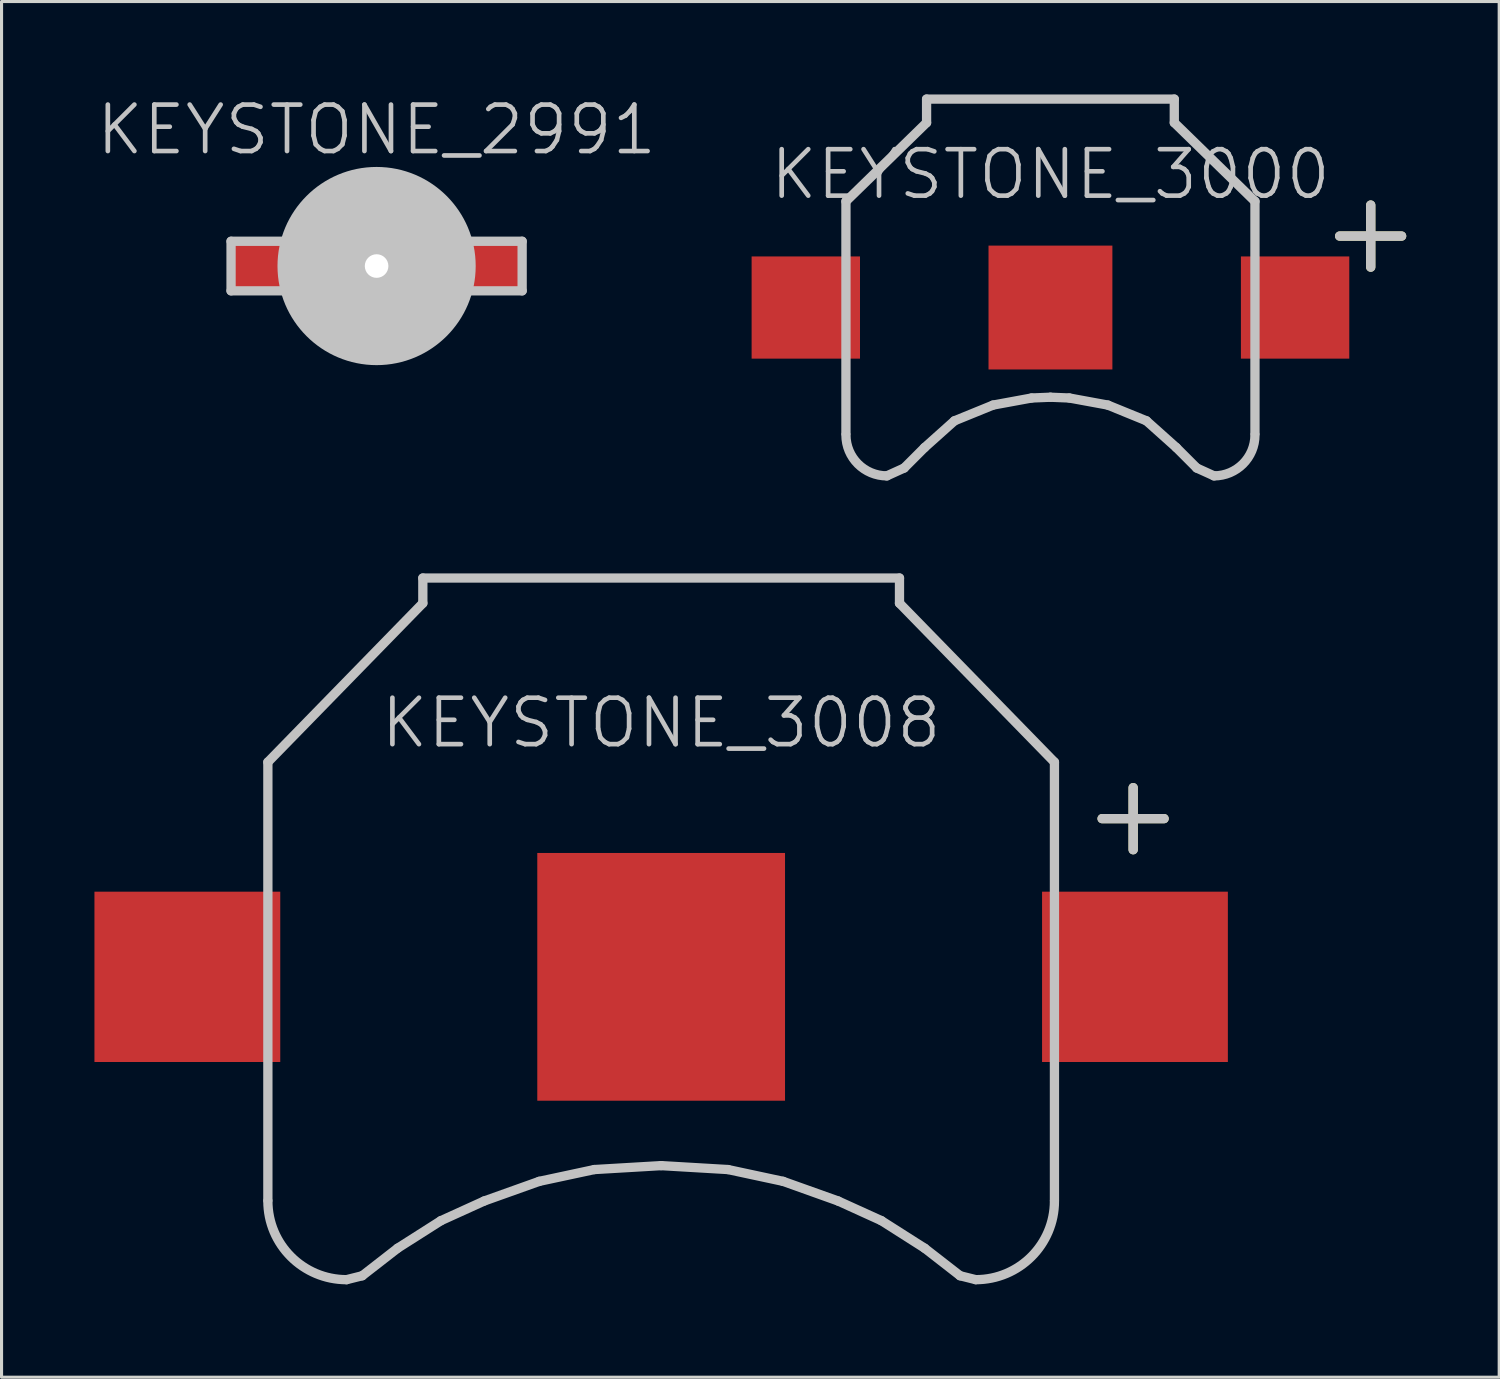
<source format=kicad_pcb>
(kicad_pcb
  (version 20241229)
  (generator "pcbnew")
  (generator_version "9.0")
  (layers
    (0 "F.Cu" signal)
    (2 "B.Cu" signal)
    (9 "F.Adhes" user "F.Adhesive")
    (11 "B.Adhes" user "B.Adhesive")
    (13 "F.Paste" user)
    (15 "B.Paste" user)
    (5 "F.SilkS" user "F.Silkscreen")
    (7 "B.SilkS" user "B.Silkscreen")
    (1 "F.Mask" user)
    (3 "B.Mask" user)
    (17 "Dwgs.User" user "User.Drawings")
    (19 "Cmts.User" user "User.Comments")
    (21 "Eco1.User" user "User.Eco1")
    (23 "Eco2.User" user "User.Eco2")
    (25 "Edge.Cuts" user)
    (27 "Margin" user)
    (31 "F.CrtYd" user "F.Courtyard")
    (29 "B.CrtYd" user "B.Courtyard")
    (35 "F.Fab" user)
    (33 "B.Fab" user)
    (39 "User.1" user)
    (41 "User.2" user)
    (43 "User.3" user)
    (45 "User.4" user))
  (footprint "KEYSTONE_3008"
    (layer "F.Cu")
    (at 18.3 28.494)
    (property "Reference" "KEYSTONE_3008" (at 0 -8.2 0) (layer "Dwgs.User") (effects (font (size 1.5 1.5) (thickness 0.15))))
    (attr smd)
    (fp_line (start 14.239 -5.109) (end 16.24 -5.109) (stroke (width 0.3) (type solid)) (layer "F.SilkS"))
    (fp_line (start 15.242 -4.105) (end 15.242 -6.109) (stroke (width 0.3) (type solid)) (layer "F.SilkS"))
    (fp_line (start -12.7 -6.934) (end -12.7 7.214) (stroke (width 0.3) (type solid)) (layer "Dwgs.User"))
    (fp_line (start -10.16 9.779) (end -9.652 9.652) (stroke (width 0.3) (type solid)) (layer "Dwgs.User"))
    (fp_line (start -9.652 9.652) (end -8.509 8.763) (stroke (width 0.3) (type solid)) (layer "Dwgs.User"))
    (fp_line (start -8.509 8.763) (end -7.112 7.874) (stroke (width 0.3) (type solid)) (layer "Dwgs.User"))
    (fp_line (start -7.696 -12.878) (end -7.696 -12.065) (stroke (width 0.3) (type solid)) (layer "Dwgs.User"))
    (fp_line (start -7.696 -12.878) (end 7.696 -12.878) (stroke (width 0.3) (type solid)) (layer "Dwgs.User"))
    (fp_line (start -7.696 -12.065) (end -12.7 -6.934) (stroke (width 0.3) (type solid)) (layer "Dwgs.User"))
    (fp_line (start -7.112 7.874) (end -5.715 7.239) (stroke (width 0.3) (type solid)) (layer "Dwgs.User"))
    (fp_line (start -5.715 7.239) (end -3.937 6.604) (stroke (width 0.3) (type solid)) (layer "Dwgs.User"))
    (fp_line (start -3.937 6.604) (end -2.159 6.223) (stroke (width 0.3) (type solid)) (layer "Dwgs.User"))
    (fp_line (start -2.159 6.223) (end 0 6.096) (stroke (width 0.3) (type solid)) (layer "Dwgs.User"))
    (fp_line (start 0 6.096) (end 2.159 6.223) (stroke (width 0.3) (type solid)) (layer "Dwgs.User"))
    (fp_line (start 2.159 6.223) (end 3.937 6.604) (stroke (width 0.3) (type solid)) (layer "Dwgs.User"))
    (fp_line (start 3.937 6.604) (end 5.715 7.239) (stroke (width 0.3) (type solid)) (layer "Dwgs.User"))
    (fp_line (start 5.715 7.239) (end 7.112 7.874) (stroke (width 0.3) (type solid)) (layer "Dwgs.User"))
    (fp_line (start 7.112 7.874) (end 8.509 8.763) (stroke (width 0.3) (type solid)) (layer "Dwgs.User"))
    (fp_line (start 7.696 -12.878) (end 7.696 -12.065) (stroke (width 0.3) (type solid)) (layer "Dwgs.User"))
    (fp_line (start 7.696 -12.065) (end 12.7 -6.934) (stroke (width 0.3) (type solid)) (layer "Dwgs.User"))
    (fp_line (start 8.509 8.763) (end 9.652 9.652) (stroke (width 0.3) (type solid)) (layer "Dwgs.User"))
    (fp_line (start 9.652 9.652) (end 10.16 9.779) (stroke (width 0.3) (type solid)) (layer "Dwgs.User"))
    (fp_line (start 12.7 -6.934) (end 12.7 7.214) (stroke (width 0.3) (type solid)) (layer "Dwgs.User"))
    (fp_line (start 14.239 -5.109) (end 16.24 -5.109) (stroke (width 0.3) (type solid)) (layer "Dwgs.User"))
    (fp_line (start 15.242 -4.105) (end 15.242 -6.109) (stroke (width 0.3) (type solid)) (layer "Dwgs.User"))
    (fp_arc (start -10.16 9.779) (mid -11.956051 9.035051) (end -12.7 7.239) (stroke (width 0.3) (type solid)) (layer "Dwgs.User"))
    (fp_arc (start 12.7 7.239) (mid 11.956051 9.035051) (end 10.16 9.779) (stroke (width 0.3) (type solid)) (layer "Dwgs.User"))
    (pad "1" smd rect (at -15.3 0) (size 6 5.5) (layers "F.Cu" "F.Mask" "F.Paste"))
    (pad "1" smd rect (at 15.3 0) (size 6 5.5) (layers "F.Cu" "F.Mask" "F.Paste"))
    (pad "2" smd rect (at 0 0) (size 8 8) (layers "F.Cu" "F.Mask" "F.Paste")))
  (footprint "KEYSTONE_2991"
    (layer "F.Cu")
    (at 9.111 5.541)
    (property "Reference" "KEYSTONE_2991" (at 0 -4.4 0) (layer "Dwgs.User") (effects (font (size 1.5 1.5) (thickness 0.15))))
    (attr smd)
    (fp_line (start -4.7 -0.8) (end -4.7 0.8) (stroke (width 0.3) (type solid)) (layer "Dwgs.User"))
    (fp_line (start -4.7 -0.8) (end -3 -0.8) (stroke (width 0.3) (type solid)) (layer "Dwgs.User"))
    (fp_line (start -4.7 0.8) (end -3 0.8) (stroke (width 0.3) (type solid)) (layer "Dwgs.User"))
    (fp_line (start 4.7 -0.8) (end 3 -0.8) (stroke (width 0.3) (type solid)) (layer "Dwgs.User"))
    (fp_line (start 4.7 -0.8) (end 4.7 0.8) (stroke (width 0.3) (type solid)) (layer "Dwgs.User"))
    (fp_line (start 4.7 0.8) (end 3 0.8) (stroke (width 0.3) (type solid)) (layer "Dwgs.User"))
    (pad "" np_thru_hole circle (at 0 0) (size 6.4 6.4) (drill 0.762) (layers "Dwgs.User"))
    (pad "1" smd rect (at -3.9 0) (size 1.8 1.8) (layers "F.Cu" "F.Mask" "F.Paste"))
    (pad "1" smd rect (at 3.9 0) (size 1.8 1.8) (layers "F.Cu" "F.Mask" "F.Paste")))
  (footprint "KEYSTONE_3000"
    (layer "F.Cu")
    (at 30.871 6.881)
    (property "Reference" "KEYSTONE_3000" (at 0 -4.3 0) (layer "Dwgs.User") (effects (font (size 1.5 1.5) (thickness 0.15))))
    (attr smd)
    (fp_line (start 9.339 -2.308) (end 11.34 -2.308) (stroke (width 0.3) (type solid)) (layer "F.SilkS"))
    (fp_line (start 10.342 -1.305) (end 10.342 -3.309) (stroke (width 0.3) (type solid)) (layer "F.SilkS"))
    (fp_line (start -6.604 -3.429) (end -6.604 4.064) (stroke (width 0.3) (type solid)) (layer "Dwgs.User"))
    (fp_line (start -5.283 5.436) (end -4.724 5.182) (stroke (width 0.3) (type solid)) (layer "Dwgs.User"))
    (fp_line (start -4.064 4.521) (end -4.724 5.182) (stroke (width 0.3) (type solid)) (layer "Dwgs.User"))
    (fp_line (start -4 -6.731) (end -4 -5.969) (stroke (width 0.3) (type solid)) (layer "Dwgs.User"))
    (fp_line (start -4 -6.731) (end 4 -6.731) (stroke (width 0.3) (type solid)) (layer "Dwgs.User"))
    (fp_line (start -4 -5.969) (end -6.604 -3.429) (stroke (width 0.3) (type solid)) (layer "Dwgs.User"))
    (fp_line (start -3.099 3.658) (end -4.064 4.521) (stroke (width 0.3) (type solid)) (layer "Dwgs.User"))
    (fp_line (start -3.099 3.658) (end -1.854 3.15) (stroke (width 0.3) (type solid)) (layer "Dwgs.User"))
    (fp_line (start -1.854 3.15) (end -0.61 2.921) (stroke (width 0.3) (type solid)) (layer "Dwgs.User"))
    (fp_line (start -0.61 2.921) (end 0 2.896) (stroke (width 0.3) (type solid)) (layer "Dwgs.User"))
    (fp_line (start 0 2.896) (end 0.61 2.921) (stroke (width 0.3) (type solid)) (layer "Dwgs.User"))
    (fp_line (start 0.61 2.921) (end 1.854 3.15) (stroke (width 0.3) (type solid)) (layer "Dwgs.User"))
    (fp_line (start 1.854 3.15) (end 3.099 3.658) (stroke (width 0.3) (type solid)) (layer "Dwgs.User"))
    (fp_line (start 3.099 3.658) (end 4.064 4.521) (stroke (width 0.3) (type solid)) (layer "Dwgs.User"))
    (fp_line (start 3.999 -6.731) (end 3.999 -5.969) (stroke (width 0.3) (type solid)) (layer "Dwgs.User"))
    (fp_line (start 4 -5.969) (end 6.604 -3.429) (stroke (width 0.3) (type solid)) (layer "Dwgs.User"))
    (fp_line (start 4.064 4.521) (end 4.724 5.182) (stroke (width 0.3) (type solid)) (layer "Dwgs.User"))
    (fp_line (start 4.724 5.182) (end 5.283 5.436) (stroke (width 0.3) (type solid)) (layer "Dwgs.User"))
    (fp_line (start 6.604 -3.429) (end 6.604 4.064) (stroke (width 0.3) (type solid)) (layer "Dwgs.User"))
    (fp_line (start 9.339 -2.308) (end 11.34 -2.308) (stroke (width 0.3) (type solid)) (layer "Dwgs.User"))
    (fp_line (start 10.342 -1.305) (end 10.342 -3.309) (stroke (width 0.3) (type solid)) (layer "Dwgs.User"))
    (fp_arc (start -5.2832 5.4356) (mid -6.217147 5.048747) (end -6.604 4.1148) (stroke (width 0.3) (type solid)) (layer "Dwgs.User"))
    (fp_arc (start 6.604 4.1148) (mid 6.217147 5.048747) (end 5.2832 5.4356) (stroke (width 0.3) (type solid)) (layer "Dwgs.User"))
    (pad "1" smd rect (at -7.9 0) (size 3.5 3.3) (layers "F.Cu" "F.Mask" "F.Paste"))
    (pad "1" smd rect (at 7.9 0) (size 3.5 3.3) (layers "F.Cu" "F.Mask" "F.Paste"))
    (pad "2" smd rect (at 0 0) (size 4 4) (layers "F.Cu" "F.Mask" "F.Paste")))
  (gr_rect
    (start -3 -3)
    (end 45.362 41.423)
    (stroke (width 0.1) (type default))
    (fill no)
    (layer "Edge.Cuts")))
</source>
